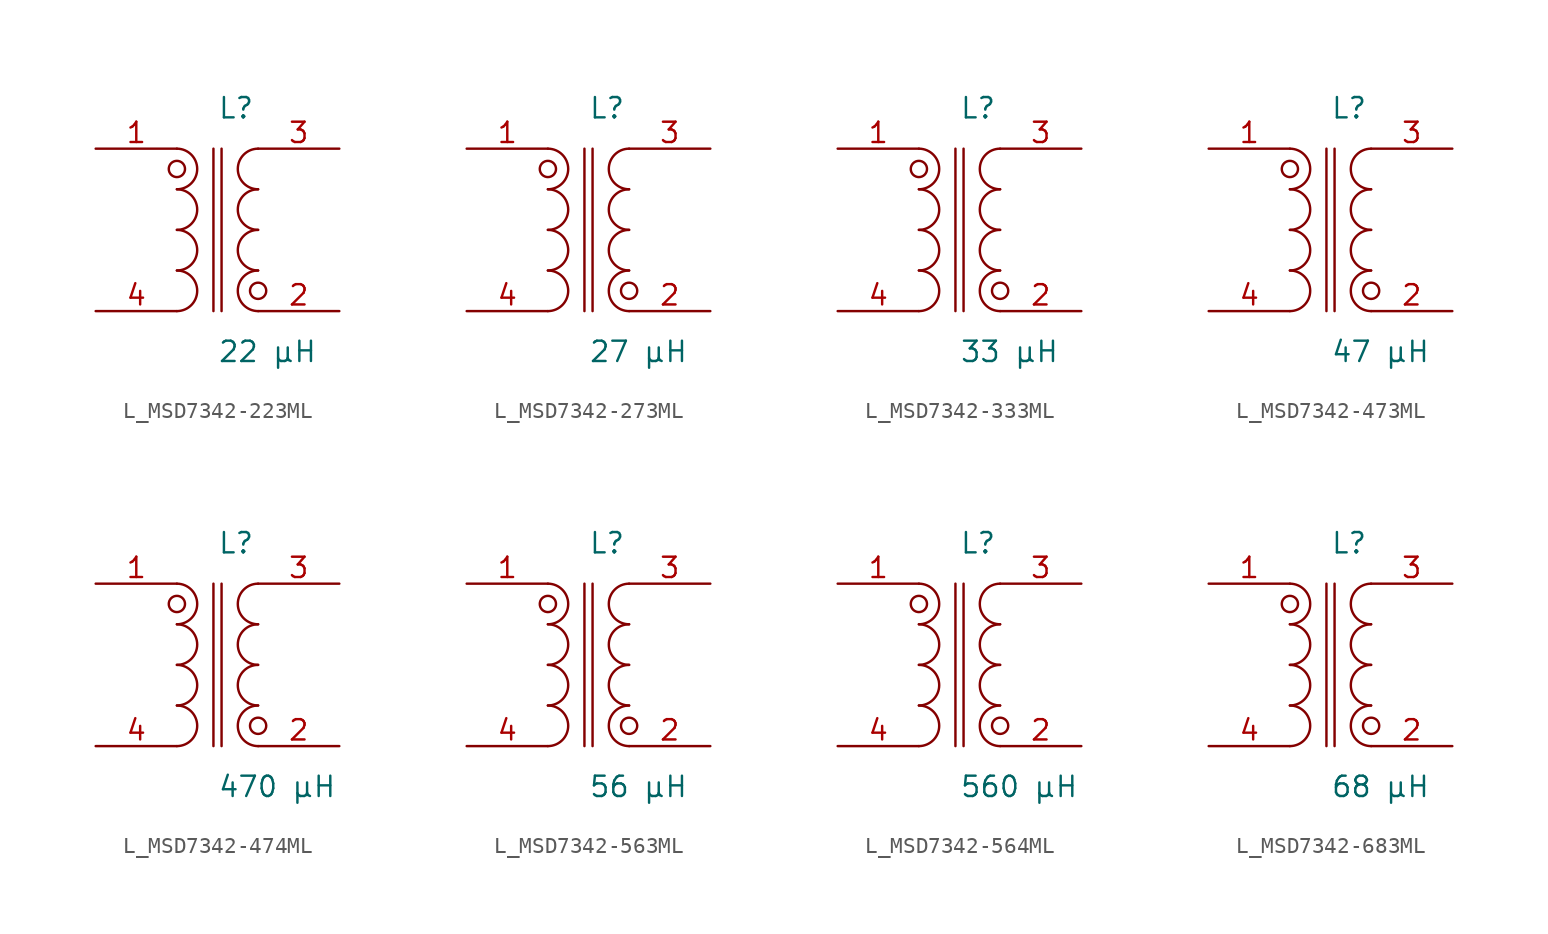
<source format=kicad_sym>
(kicad_symbol_lib
  (version 20231120)
  (generator kicad_symbol_editor)
  (generator_version 8.0)
  (symbol "L_MSD7342-223ML"
    (pin_names
      (offset 0.254))
    (property "Reference" "L"
      (at 0.0 7.62 0)
      (effects (font (size 1.27 1.27)) (justify left)))
    (property "Value" "22 µH"
      (at 0.0 -7.62 0)
      (effects (font (size 1.27 1.27)) (justify left)))
    (symbol "L_MSD7342-223ML_1_1"
      (arc (start -2.54 -5.08) (mid -1.27 -3.81) (end -2.54 -2.54) (stroke (width 0) (type default)) (fill (type none)))
      (arc (start -2.54 -2.54) (mid -1.27 -1.27) (end -2.54 0.0) (stroke (width 0) (type default)) (fill (type none)))
      (arc (start -2.54 0.0) (mid -1.27 1.27) (end -2.54 2.54) (stroke (width 0) (type default)) (fill (type none)))
      (arc (start -2.54 2.54) (mid -1.27 3.81) (end -2.54 5.08) (stroke (width 0) (type default)) (fill (type none)))
      (arc (start 2.54 5.08) (mid 1.27 3.81) (end 2.54 2.54) (stroke (width 0) (type default)) (fill (type none)))
      (arc (start 2.54 2.54) (mid 1.27 1.27) (end 2.54 0.0) (stroke (width 0) (type default)) (fill (type none)))
      (arc (start 2.54 0.0) (mid 1.27 -1.27) (end 2.54 -2.54) (stroke (width 0) (type default)) (fill (type none)))
      (arc (start 2.54 -2.54) (mid 1.27 -3.81) (end 2.54 -5.08) (stroke (width 0) (type default)) (fill (type none)))
      (circle (center -2.54 3.81) (radius 0.508) (stroke (width 0) (type default)) (fill (type none)))
      (circle (center 2.54 -3.81) (radius 0.508) (stroke (width 0) (type default)) (fill (type none)))
      (polyline (pts (xy -0.254 5.08) (xy -0.254 -5.08)) (stroke (width 0) (type default)) (fill (type none)))
      (polyline (pts (xy 0.254 5.08) (xy 0.254 -5.08)) (stroke (width 0) (type default)) (fill (type none)))
      (pin unspecified line (at -7.62 5.08 0) (length 5.08) (name "" (effects (font (size 1.27 1.27)))) (number "1" (effects (font (size 1.27 1.27)))))
      (pin unspecified line (at -7.62 -5.08 0) (length 5.08) (name "" (effects (font (size 1.27 1.27)))) (number "4" (effects (font (size 1.27 1.27)))))
      (pin unspecified line (at 7.62 5.08 180) (length 5.08) (name "" (effects (font (size 1.27 1.27)))) (number "3" (effects (font (size 1.27 1.27)))))
      (pin unspecified line (at 7.62 -5.08 180) (length 5.08) (name "" (effects (font (size 1.27 1.27)))) (number "2" (effects (font (size 1.27 1.27)))))))
  (symbol "L_MSD7342-273ML"
    (pin_names
      (offset 0.254))
    (property "Reference" "L"
      (at 0.0 7.62 0)
      (effects (font (size 1.27 1.27)) (justify left)))
    (property "Value" "27 µH"
      (at 0.0 -7.62 0)
      (effects (font (size 1.27 1.27)) (justify left)))
    (symbol "L_MSD7342-273ML_1_1"
      (arc (start -2.54 -5.08) (mid -1.27 -3.81) (end -2.54 -2.54) (stroke (width 0) (type default)) (fill (type none)))
      (arc (start -2.54 -2.54) (mid -1.27 -1.27) (end -2.54 0.0) (stroke (width 0) (type default)) (fill (type none)))
      (arc (start -2.54 0.0) (mid -1.27 1.27) (end -2.54 2.54) (stroke (width 0) (type default)) (fill (type none)))
      (arc (start -2.54 2.54) (mid -1.27 3.81) (end -2.54 5.08) (stroke (width 0) (type default)) (fill (type none)))
      (arc (start 2.54 5.08) (mid 1.27 3.81) (end 2.54 2.54) (stroke (width 0) (type default)) (fill (type none)))
      (arc (start 2.54 2.54) (mid 1.27 1.27) (end 2.54 0.0) (stroke (width 0) (type default)) (fill (type none)))
      (arc (start 2.54 0.0) (mid 1.27 -1.27) (end 2.54 -2.54) (stroke (width 0) (type default)) (fill (type none)))
      (arc (start 2.54 -2.54) (mid 1.27 -3.81) (end 2.54 -5.08) (stroke (width 0) (type default)) (fill (type none)))
      (circle (center -2.54 3.81) (radius 0.508) (stroke (width 0) (type default)) (fill (type none)))
      (circle (center 2.54 -3.81) (radius 0.508) (stroke (width 0) (type default)) (fill (type none)))
      (polyline (pts (xy -0.254 5.08) (xy -0.254 -5.08)) (stroke (width 0) (type default)) (fill (type none)))
      (polyline (pts (xy 0.254 5.08) (xy 0.254 -5.08)) (stroke (width 0) (type default)) (fill (type none)))
      (pin unspecified line (at -7.62 5.08 0) (length 5.08) (name "" (effects (font (size 1.27 1.27)))) (number "1" (effects (font (size 1.27 1.27)))))
      (pin unspecified line (at -7.62 -5.08 0) (length 5.08) (name "" (effects (font (size 1.27 1.27)))) (number "4" (effects (font (size 1.27 1.27)))))
      (pin unspecified line (at 7.62 5.08 180) (length 5.08) (name "" (effects (font (size 1.27 1.27)))) (number "3" (effects (font (size 1.27 1.27)))))
      (pin unspecified line (at 7.62 -5.08 180) (length 5.08) (name "" (effects (font (size 1.27 1.27)))) (number "2" (effects (font (size 1.27 1.27)))))))
  (symbol "L_MSD7342-333ML"
    (pin_names
      (offset 0.254))
    (property "Reference" "L"
      (at 0.0 7.62 0)
      (effects (font (size 1.27 1.27)) (justify left)))
    (property "Value" "33 µH"
      (at 0.0 -7.62 0)
      (effects (font (size 1.27 1.27)) (justify left)))
    (symbol "L_MSD7342-333ML_1_1"
      (arc (start -2.54 -5.08) (mid -1.27 -3.81) (end -2.54 -2.54) (stroke (width 0) (type default)) (fill (type none)))
      (arc (start -2.54 -2.54) (mid -1.27 -1.27) (end -2.54 0.0) (stroke (width 0) (type default)) (fill (type none)))
      (arc (start -2.54 0.0) (mid -1.27 1.27) (end -2.54 2.54) (stroke (width 0) (type default)) (fill (type none)))
      (arc (start -2.54 2.54) (mid -1.27 3.81) (end -2.54 5.08) (stroke (width 0) (type default)) (fill (type none)))
      (arc (start 2.54 5.08) (mid 1.27 3.81) (end 2.54 2.54) (stroke (width 0) (type default)) (fill (type none)))
      (arc (start 2.54 2.54) (mid 1.27 1.27) (end 2.54 0.0) (stroke (width 0) (type default)) (fill (type none)))
      (arc (start 2.54 0.0) (mid 1.27 -1.27) (end 2.54 -2.54) (stroke (width 0) (type default)) (fill (type none)))
      (arc (start 2.54 -2.54) (mid 1.27 -3.81) (end 2.54 -5.08) (stroke (width 0) (type default)) (fill (type none)))
      (circle (center -2.54 3.81) (radius 0.508) (stroke (width 0) (type default)) (fill (type none)))
      (circle (center 2.54 -3.81) (radius 0.508) (stroke (width 0) (type default)) (fill (type none)))
      (polyline (pts (xy -0.254 5.08) (xy -0.254 -5.08)) (stroke (width 0) (type default)) (fill (type none)))
      (polyline (pts (xy 0.254 5.08) (xy 0.254 -5.08)) (stroke (width 0) (type default)) (fill (type none)))
      (pin unspecified line (at -7.62 5.08 0) (length 5.08) (name "" (effects (font (size 1.27 1.27)))) (number "1" (effects (font (size 1.27 1.27)))))
      (pin unspecified line (at -7.62 -5.08 0) (length 5.08) (name "" (effects (font (size 1.27 1.27)))) (number "4" (effects (font (size 1.27 1.27)))))
      (pin unspecified line (at 7.62 5.08 180) (length 5.08) (name "" (effects (font (size 1.27 1.27)))) (number "3" (effects (font (size 1.27 1.27)))))
      (pin unspecified line (at 7.62 -5.08 180) (length 5.08) (name "" (effects (font (size 1.27 1.27)))) (number "2" (effects (font (size 1.27 1.27)))))))
  (symbol "L_MSD7342-473ML"
    (pin_names
      (offset 0.254))
    (property "Reference" "L"
      (at 0.0 7.62 0)
      (effects (font (size 1.27 1.27)) (justify left)))
    (property "Value" "47 µH"
      (at 0.0 -7.62 0)
      (effects (font (size 1.27 1.27)) (justify left)))
    (symbol "L_MSD7342-473ML_1_1"
      (arc (start -2.54 -5.08) (mid -1.27 -3.81) (end -2.54 -2.54) (stroke (width 0) (type default)) (fill (type none)))
      (arc (start -2.54 -2.54) (mid -1.27 -1.27) (end -2.54 0.0) (stroke (width 0) (type default)) (fill (type none)))
      (arc (start -2.54 0.0) (mid -1.27 1.27) (end -2.54 2.54) (stroke (width 0) (type default)) (fill (type none)))
      (arc (start -2.54 2.54) (mid -1.27 3.81) (end -2.54 5.08) (stroke (width 0) (type default)) (fill (type none)))
      (arc (start 2.54 5.08) (mid 1.27 3.81) (end 2.54 2.54) (stroke (width 0) (type default)) (fill (type none)))
      (arc (start 2.54 2.54) (mid 1.27 1.27) (end 2.54 0.0) (stroke (width 0) (type default)) (fill (type none)))
      (arc (start 2.54 0.0) (mid 1.27 -1.27) (end 2.54 -2.54) (stroke (width 0) (type default)) (fill (type none)))
      (arc (start 2.54 -2.54) (mid 1.27 -3.81) (end 2.54 -5.08) (stroke (width 0) (type default)) (fill (type none)))
      (circle (center -2.54 3.81) (radius 0.508) (stroke (width 0) (type default)) (fill (type none)))
      (circle (center 2.54 -3.81) (radius 0.508) (stroke (width 0) (type default)) (fill (type none)))
      (polyline (pts (xy -0.254 5.08) (xy -0.254 -5.08)) (stroke (width 0) (type default)) (fill (type none)))
      (polyline (pts (xy 0.254 5.08) (xy 0.254 -5.08)) (stroke (width 0) (type default)) (fill (type none)))
      (pin unspecified line (at -7.62 5.08 0) (length 5.08) (name "" (effects (font (size 1.27 1.27)))) (number "1" (effects (font (size 1.27 1.27)))))
      (pin unspecified line (at -7.62 -5.08 0) (length 5.08) (name "" (effects (font (size 1.27 1.27)))) (number "4" (effects (font (size 1.27 1.27)))))
      (pin unspecified line (at 7.62 5.08 180) (length 5.08) (name "" (effects (font (size 1.27 1.27)))) (number "3" (effects (font (size 1.27 1.27)))))
      (pin unspecified line (at 7.62 -5.08 180) (length 5.08) (name "" (effects (font (size 1.27 1.27)))) (number "2" (effects (font (size 1.27 1.27)))))))
  (symbol "L_MSD7342-474ML"
    (pin_names
      (offset 0.254))
    (property "Reference" "L"
      (at 0.0 7.62 0)
      (effects (font (size 1.27 1.27)) (justify left)))
    (property "Value" "470 µH"
      (at 0.0 -7.62 0)
      (effects (font (size 1.27 1.27)) (justify left)))
    (symbol "L_MSD7342-474ML_1_1"
      (arc (start -2.54 -5.08) (mid -1.27 -3.81) (end -2.54 -2.54) (stroke (width 0) (type default)) (fill (type none)))
      (arc (start -2.54 -2.54) (mid -1.27 -1.27) (end -2.54 0.0) (stroke (width 0) (type default)) (fill (type none)))
      (arc (start -2.54 0.0) (mid -1.27 1.27) (end -2.54 2.54) (stroke (width 0) (type default)) (fill (type none)))
      (arc (start -2.54 2.54) (mid -1.27 3.81) (end -2.54 5.08) (stroke (width 0) (type default)) (fill (type none)))
      (arc (start 2.54 5.08) (mid 1.27 3.81) (end 2.54 2.54) (stroke (width 0) (type default)) (fill (type none)))
      (arc (start 2.54 2.54) (mid 1.27 1.27) (end 2.54 0.0) (stroke (width 0) (type default)) (fill (type none)))
      (arc (start 2.54 0.0) (mid 1.27 -1.27) (end 2.54 -2.54) (stroke (width 0) (type default)) (fill (type none)))
      (arc (start 2.54 -2.54) (mid 1.27 -3.81) (end 2.54 -5.08) (stroke (width 0) (type default)) (fill (type none)))
      (circle (center -2.54 3.81) (radius 0.508) (stroke (width 0) (type default)) (fill (type none)))
      (circle (center 2.54 -3.81) (radius 0.508) (stroke (width 0) (type default)) (fill (type none)))
      (polyline (pts (xy -0.254 5.08) (xy -0.254 -5.08)) (stroke (width 0) (type default)) (fill (type none)))
      (polyline (pts (xy 0.254 5.08) (xy 0.254 -5.08)) (stroke (width 0) (type default)) (fill (type none)))
      (pin unspecified line (at -7.62 5.08 0) (length 5.08) (name "" (effects (font (size 1.27 1.27)))) (number "1" (effects (font (size 1.27 1.27)))))
      (pin unspecified line (at -7.62 -5.08 0) (length 5.08) (name "" (effects (font (size 1.27 1.27)))) (number "4" (effects (font (size 1.27 1.27)))))
      (pin unspecified line (at 7.62 5.08 180) (length 5.08) (name "" (effects (font (size 1.27 1.27)))) (number "3" (effects (font (size 1.27 1.27)))))
      (pin unspecified line (at 7.62 -5.08 180) (length 5.08) (name "" (effects (font (size 1.27 1.27)))) (number "2" (effects (font (size 1.27 1.27)))))))
  (symbol "L_MSD7342-563ML"
    (pin_names
      (offset 0.254))
    (property "Reference" "L"
      (at 0.0 7.62 0)
      (effects (font (size 1.27 1.27)) (justify left)))
    (property "Value" "56 µH"
      (at 0.0 -7.62 0)
      (effects (font (size 1.27 1.27)) (justify left)))
    (symbol "L_MSD7342-563ML_1_1"
      (arc (start -2.54 -5.08) (mid -1.27 -3.81) (end -2.54 -2.54) (stroke (width 0) (type default)) (fill (type none)))
      (arc (start -2.54 -2.54) (mid -1.27 -1.27) (end -2.54 0.0) (stroke (width 0) (type default)) (fill (type none)))
      (arc (start -2.54 0.0) (mid -1.27 1.27) (end -2.54 2.54) (stroke (width 0) (type default)) (fill (type none)))
      (arc (start -2.54 2.54) (mid -1.27 3.81) (end -2.54 5.08) (stroke (width 0) (type default)) (fill (type none)))
      (arc (start 2.54 5.08) (mid 1.27 3.81) (end 2.54 2.54) (stroke (width 0) (type default)) (fill (type none)))
      (arc (start 2.54 2.54) (mid 1.27 1.27) (end 2.54 0.0) (stroke (width 0) (type default)) (fill (type none)))
      (arc (start 2.54 0.0) (mid 1.27 -1.27) (end 2.54 -2.54) (stroke (width 0) (type default)) (fill (type none)))
      (arc (start 2.54 -2.54) (mid 1.27 -3.81) (end 2.54 -5.08) (stroke (width 0) (type default)) (fill (type none)))
      (circle (center -2.54 3.81) (radius 0.508) (stroke (width 0) (type default)) (fill (type none)))
      (circle (center 2.54 -3.81) (radius 0.508) (stroke (width 0) (type default)) (fill (type none)))
      (polyline (pts (xy -0.254 5.08) (xy -0.254 -5.08)) (stroke (width 0) (type default)) (fill (type none)))
      (polyline (pts (xy 0.254 5.08) (xy 0.254 -5.08)) (stroke (width 0) (type default)) (fill (type none)))
      (pin unspecified line (at -7.62 5.08 0) (length 5.08) (name "" (effects (font (size 1.27 1.27)))) (number "1" (effects (font (size 1.27 1.27)))))
      (pin unspecified line (at -7.62 -5.08 0) (length 5.08) (name "" (effects (font (size 1.27 1.27)))) (number "4" (effects (font (size 1.27 1.27)))))
      (pin unspecified line (at 7.62 5.08 180) (length 5.08) (name "" (effects (font (size 1.27 1.27)))) (number "3" (effects (font (size 1.27 1.27)))))
      (pin unspecified line (at 7.62 -5.08 180) (length 5.08) (name "" (effects (font (size 1.27 1.27)))) (number "2" (effects (font (size 1.27 1.27)))))))
  (symbol "L_MSD7342-564ML"
    (pin_names
      (offset 0.254))
    (property "Reference" "L"
      (at 0.0 7.62 0)
      (effects (font (size 1.27 1.27)) (justify left)))
    (property "Value" "560 µH"
      (at 0.0 -7.62 0)
      (effects (font (size 1.27 1.27)) (justify left)))
    (symbol "L_MSD7342-564ML_1_1"
      (arc (start -2.54 -5.08) (mid -1.27 -3.81) (end -2.54 -2.54) (stroke (width 0) (type default)) (fill (type none)))
      (arc (start -2.54 -2.54) (mid -1.27 -1.27) (end -2.54 0.0) (stroke (width 0) (type default)) (fill (type none)))
      (arc (start -2.54 0.0) (mid -1.27 1.27) (end -2.54 2.54) (stroke (width 0) (type default)) (fill (type none)))
      (arc (start -2.54 2.54) (mid -1.27 3.81) (end -2.54 5.08) (stroke (width 0) (type default)) (fill (type none)))
      (arc (start 2.54 5.08) (mid 1.27 3.81) (end 2.54 2.54) (stroke (width 0) (type default)) (fill (type none)))
      (arc (start 2.54 2.54) (mid 1.27 1.27) (end 2.54 0.0) (stroke (width 0) (type default)) (fill (type none)))
      (arc (start 2.54 0.0) (mid 1.27 -1.27) (end 2.54 -2.54) (stroke (width 0) (type default)) (fill (type none)))
      (arc (start 2.54 -2.54) (mid 1.27 -3.81) (end 2.54 -5.08) (stroke (width 0) (type default)) (fill (type none)))
      (circle (center -2.54 3.81) (radius 0.508) (stroke (width 0) (type default)) (fill (type none)))
      (circle (center 2.54 -3.81) (radius 0.508) (stroke (width 0) (type default)) (fill (type none)))
      (polyline (pts (xy -0.254 5.08) (xy -0.254 -5.08)) (stroke (width 0) (type default)) (fill (type none)))
      (polyline (pts (xy 0.254 5.08) (xy 0.254 -5.08)) (stroke (width 0) (type default)) (fill (type none)))
      (pin unspecified line (at -7.62 5.08 0) (length 5.08) (name "" (effects (font (size 1.27 1.27)))) (number "1" (effects (font (size 1.27 1.27)))))
      (pin unspecified line (at -7.62 -5.08 0) (length 5.08) (name "" (effects (font (size 1.27 1.27)))) (number "4" (effects (font (size 1.27 1.27)))))
      (pin unspecified line (at 7.62 5.08 180) (length 5.08) (name "" (effects (font (size 1.27 1.27)))) (number "3" (effects (font (size 1.27 1.27)))))
      (pin unspecified line (at 7.62 -5.08 180) (length 5.08) (name "" (effects (font (size 1.27 1.27)))) (number "2" (effects (font (size 1.27 1.27)))))))
  (symbol "L_MSD7342-683ML"
    (pin_names
      (offset 0.254))
    (property "Reference" "L"
      (at 0.0 7.62 0)
      (effects (font (size 1.27 1.27)) (justify left)))
    (property "Value" "68 µH"
      (at 0.0 -7.62 0)
      (effects (font (size 1.27 1.27)) (justify left)))
    (symbol "L_MSD7342-683ML_1_1"
      (arc (start -2.54 -5.08) (mid -1.27 -3.81) (end -2.54 -2.54) (stroke (width 0) (type default)) (fill (type none)))
      (arc (start -2.54 -2.54) (mid -1.27 -1.27) (end -2.54 0.0) (stroke (width 0) (type default)) (fill (type none)))
      (arc (start -2.54 0.0) (mid -1.27 1.27) (end -2.54 2.54) (stroke (width 0) (type default)) (fill (type none)))
      (arc (start -2.54 2.54) (mid -1.27 3.81) (end -2.54 5.08) (stroke (width 0) (type default)) (fill (type none)))
      (arc (start 2.54 5.08) (mid 1.27 3.81) (end 2.54 2.54) (stroke (width 0) (type default)) (fill (type none)))
      (arc (start 2.54 2.54) (mid 1.27 1.27) (end 2.54 0.0) (stroke (width 0) (type default)) (fill (type none)))
      (arc (start 2.54 0.0) (mid 1.27 -1.27) (end 2.54 -2.54) (stroke (width 0) (type default)) (fill (type none)))
      (arc (start 2.54 -2.54) (mid 1.27 -3.81) (end 2.54 -5.08) (stroke (width 0) (type default)) (fill (type none)))
      (circle (center -2.54 3.81) (radius 0.508) (stroke (width 0) (type default)) (fill (type none)))
      (circle (center 2.54 -3.81) (radius 0.508) (stroke (width 0) (type default)) (fill (type none)))
      (polyline (pts (xy -0.254 5.08) (xy -0.254 -5.08)) (stroke (width 0) (type default)) (fill (type none)))
      (polyline (pts (xy 0.254 5.08) (xy 0.254 -5.08)) (stroke (width 0) (type default)) (fill (type none)))
      (pin unspecified line (at -7.62 5.08 0) (length 5.08) (name "" (effects (font (size 1.27 1.27)))) (number "1" (effects (font (size 1.27 1.27)))))
      (pin unspecified line (at -7.62 -5.08 0) (length 5.08) (name "" (effects (font (size 1.27 1.27)))) (number "4" (effects (font (size 1.27 1.27)))))
      (pin unspecified line (at 7.62 5.08 180) (length 5.08) (name "" (effects (font (size 1.27 1.27)))) (number "3" (effects (font (size 1.27 1.27)))))
      (pin unspecified line (at 7.62 -5.08 180) (length 5.08) (name "" (effects (font (size 1.27 1.27)))) (number "2" (effects (font (size 1.27 1.27))))))))
</source>
